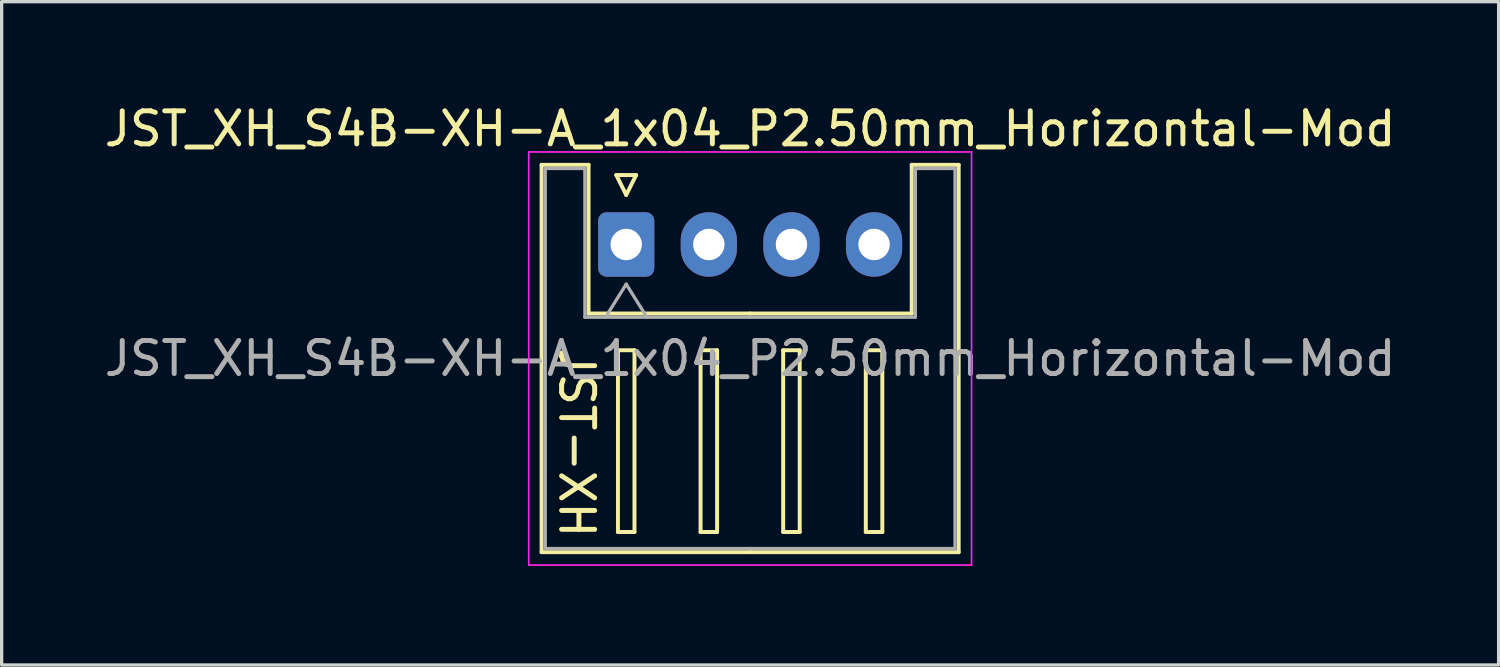
<source format=kicad_pcb>
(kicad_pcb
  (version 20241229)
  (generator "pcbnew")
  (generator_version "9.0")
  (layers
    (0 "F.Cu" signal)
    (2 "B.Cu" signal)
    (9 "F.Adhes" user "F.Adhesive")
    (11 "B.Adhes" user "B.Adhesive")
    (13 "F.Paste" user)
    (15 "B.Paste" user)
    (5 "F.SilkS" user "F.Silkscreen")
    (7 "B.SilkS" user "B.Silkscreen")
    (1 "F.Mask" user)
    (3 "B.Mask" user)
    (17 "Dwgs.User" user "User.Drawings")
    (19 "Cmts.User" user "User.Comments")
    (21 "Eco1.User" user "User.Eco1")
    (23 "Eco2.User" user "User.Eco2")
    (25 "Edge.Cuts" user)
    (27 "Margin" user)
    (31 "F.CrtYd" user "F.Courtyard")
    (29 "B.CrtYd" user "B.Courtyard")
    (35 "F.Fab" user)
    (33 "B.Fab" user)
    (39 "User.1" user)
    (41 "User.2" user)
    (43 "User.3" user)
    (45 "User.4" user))
  (footprint "JST_XH_S4B-XH-A_1x04_P2.50mm_Horizontal-Mod"
    (layer "F.Cu")
    (at 15.899 4.348)
    (property "Reference" "JST_XH_S4B-XH-A_1x04_P2.50mm_Horizontal-Mod" (at 3.75 -3.5 0) (layer "F.SilkS") (effects (font (size 1 1) (thickness 0.15))))
    (attr through_hole)
    (fp_line (start -2.56 -2.41) (end -1.14 -2.41) (stroke (width 0.12) (type solid)) (layer "F.SilkS"))
    (fp_line (start -2.56 9.31) (end -2.56 -2.41) (stroke (width 0.12) (type solid)) (layer "F.SilkS"))
    (fp_line (start -1.14 -2.41) (end -1.14 2.09) (stroke (width 0.12) (type solid)) (layer "F.SilkS"))
    (fp_line (start -1.14 2.09) (end 3.75 2.09) (stroke (width 0.12) (type solid)) (layer "F.SilkS"))
    (fp_line (start -0.3 -2.1) (end 0.3 -2.1) (stroke (width 0.12) (type solid)) (layer "F.SilkS"))
    (fp_line (start -0.25 3.2) (end -0.25 8.7) (stroke (width 0.12) (type solid)) (layer "F.SilkS"))
    (fp_line (start -0.25 8.7) (end 0.25 8.7) (stroke (width 0.12) (type solid)) (layer "F.SilkS"))
    (fp_line (start 0 -1.5) (end -0.3 -2.1) (stroke (width 0.12) (type solid)) (layer "F.SilkS"))
    (fp_line (start 0.25 3.2) (end -0.25 3.2) (stroke (width 0.12) (type solid)) (layer "F.SilkS"))
    (fp_line (start 0.25 8.7) (end 0.25 3.2) (stroke (width 0.12) (type solid)) (layer "F.SilkS"))
    (fp_line (start 0.3 -2.1) (end 0 -1.5) (stroke (width 0.12) (type solid)) (layer "F.SilkS"))
    (fp_line (start 2.25 3.2) (end 2.25 8.7) (stroke (width 0.12) (type solid)) (layer "F.SilkS"))
    (fp_line (start 2.25 8.7) (end 2.75 8.7) (stroke (width 0.12) (type solid)) (layer "F.SilkS"))
    (fp_line (start 2.75 3.2) (end 2.25 3.2) (stroke (width 0.12) (type solid)) (layer "F.SilkS"))
    (fp_line (start 2.75 8.7) (end 2.75 3.2) (stroke (width 0.12) (type solid)) (layer "F.SilkS"))
    (fp_line (start 3.75 9.31) (end -2.56 9.31) (stroke (width 0.12) (type solid)) (layer "F.SilkS"))
    (fp_line (start 3.75 9.31) (end 10.06 9.31) (stroke (width 0.12) (type solid)) (layer "F.SilkS"))
    (fp_line (start 4.75 3.2) (end 4.75 8.7) (stroke (width 0.12) (type solid)) (layer "F.SilkS"))
    (fp_line (start 4.75 8.7) (end 5.25 8.7) (stroke (width 0.12) (type solid)) (layer "F.SilkS"))
    (fp_line (start 5.25 3.2) (end 4.75 3.2) (stroke (width 0.12) (type solid)) (layer "F.SilkS"))
    (fp_line (start 5.25 8.7) (end 5.25 3.2) (stroke (width 0.12) (type solid)) (layer "F.SilkS"))
    (fp_line (start 7.25 3.2) (end 7.25 8.7) (stroke (width 0.12) (type solid)) (layer "F.SilkS"))
    (fp_line (start 7.25 8.7) (end 7.75 8.7) (stroke (width 0.12) (type solid)) (layer "F.SilkS"))
    (fp_line (start 7.75 3.2) (end 7.25 3.2) (stroke (width 0.12) (type solid)) (layer "F.SilkS"))
    (fp_line (start 7.75 8.7) (end 7.75 3.2) (stroke (width 0.12) (type solid)) (layer "F.SilkS"))
    (fp_line (start 8.64 -2.41) (end 8.64 2.09) (stroke (width 0.12) (type solid)) (layer "F.SilkS"))
    (fp_line (start 8.64 2.09) (end 3.75 2.09) (stroke (width 0.12) (type solid)) (layer "F.SilkS"))
    (fp_line (start 10.06 -2.41) (end 8.64 -2.41) (stroke (width 0.12) (type solid)) (layer "F.SilkS"))
    (fp_line (start 10.06 9.31) (end 10.06 -2.41) (stroke (width 0.12) (type solid)) (layer "F.SilkS"))
    (fp_line (start -2.95 -2.8) (end -2.95 9.7) (stroke (width 0.05) (type solid)) (layer "F.CrtYd"))
    (fp_line (start -2.95 9.7) (end 10.45 9.7) (stroke (width 0.05) (type solid)) (layer "F.CrtYd"))
    (fp_line (start 10.45 -2.8) (end -2.95 -2.8) (stroke (width 0.05) (type solid)) (layer "F.CrtYd"))
    (fp_line (start 10.45 9.7) (end 10.45 -2.8) (stroke (width 0.05) (type solid)) (layer "F.CrtYd"))
    (fp_line (start -2.45 -2.3) (end -1.25 -2.3) (stroke (width 0.1) (type solid)) (layer "F.Fab"))
    (fp_line (start -2.45 9.2) (end -2.45 -2.3) (stroke (width 0.1) (type solid)) (layer "F.Fab"))
    (fp_line (start -1.25 -2.3) (end -1.25 2.2) (stroke (width 0.1) (type solid)) (layer "F.Fab"))
    (fp_line (start -1.25 2.2) (end 3.75 2.2) (stroke (width 0.1) (type solid)) (layer "F.Fab"))
    (fp_line (start -0.625 2.2) (end 0 1.2) (stroke (width 0.1) (type solid)) (layer "F.Fab"))
    (fp_line (start 0 1.2) (end 0.625 2.2) (stroke (width 0.1) (type solid)) (layer "F.Fab"))
    (fp_line (start 3.75 9.2) (end -2.45 9.2) (stroke (width 0.1) (type solid)) (layer "F.Fab"))
    (fp_line (start 3.75 9.2) (end 9.95 9.2) (stroke (width 0.1) (type solid)) (layer "F.Fab"))
    (fp_line (start 8.75 -2.3) (end 8.75 2.2) (stroke (width 0.1) (type solid)) (layer "F.Fab"))
    (fp_line (start 8.75 2.2) (end 3.75 2.2) (stroke (width 0.1) (type solid)) (layer "F.Fab"))
    (fp_line (start 9.95 -2.3) (end 8.75 -2.3) (stroke (width 0.1) (type solid)) (layer "F.Fab"))
    (fp_line (start 9.95 9.2) (end 9.95 -2.3) (stroke (width 0.1) (type solid)) (layer "F.Fab"))
    (fp_text user "JST-XH" (at -1.5 6 270) (unlocked yes) (layer "F.SilkS") (effects (font (size 1 1) (thickness 0.15))))
    (fp_text user "${REFERENCE}" (at 3.75 3.45 0) (layer "F.Fab") (effects (font (size 1 1) (thickness 0.15))))
    (pad "1" thru_hole roundrect (at 0 0) (size 1.7 1.95) (drill 0.95) (layers "*.Cu" "*.Mask") (roundrect_rratio 0.147))
    (pad "2" thru_hole oval (at 2.5 0) (size 1.7 1.95) (drill 0.95) (layers "*.Cu" "*.Mask"))
    (pad "3" thru_hole oval (at 5 0) (size 1.7 1.95) (drill 0.95) (layers "*.Cu" "*.Mask"))
    (pad "4" thru_hole oval (at 7.5 0) (size 1.7 1.95) (drill 0.95) (layers "*.Cu" "*.Mask")))
  (gr_rect
    (start -3 -3)
    (end 42.298 17.073)
    (stroke (width 0.1) (type default))
    (fill no)
    (layer "Edge.Cuts")))
</source>
